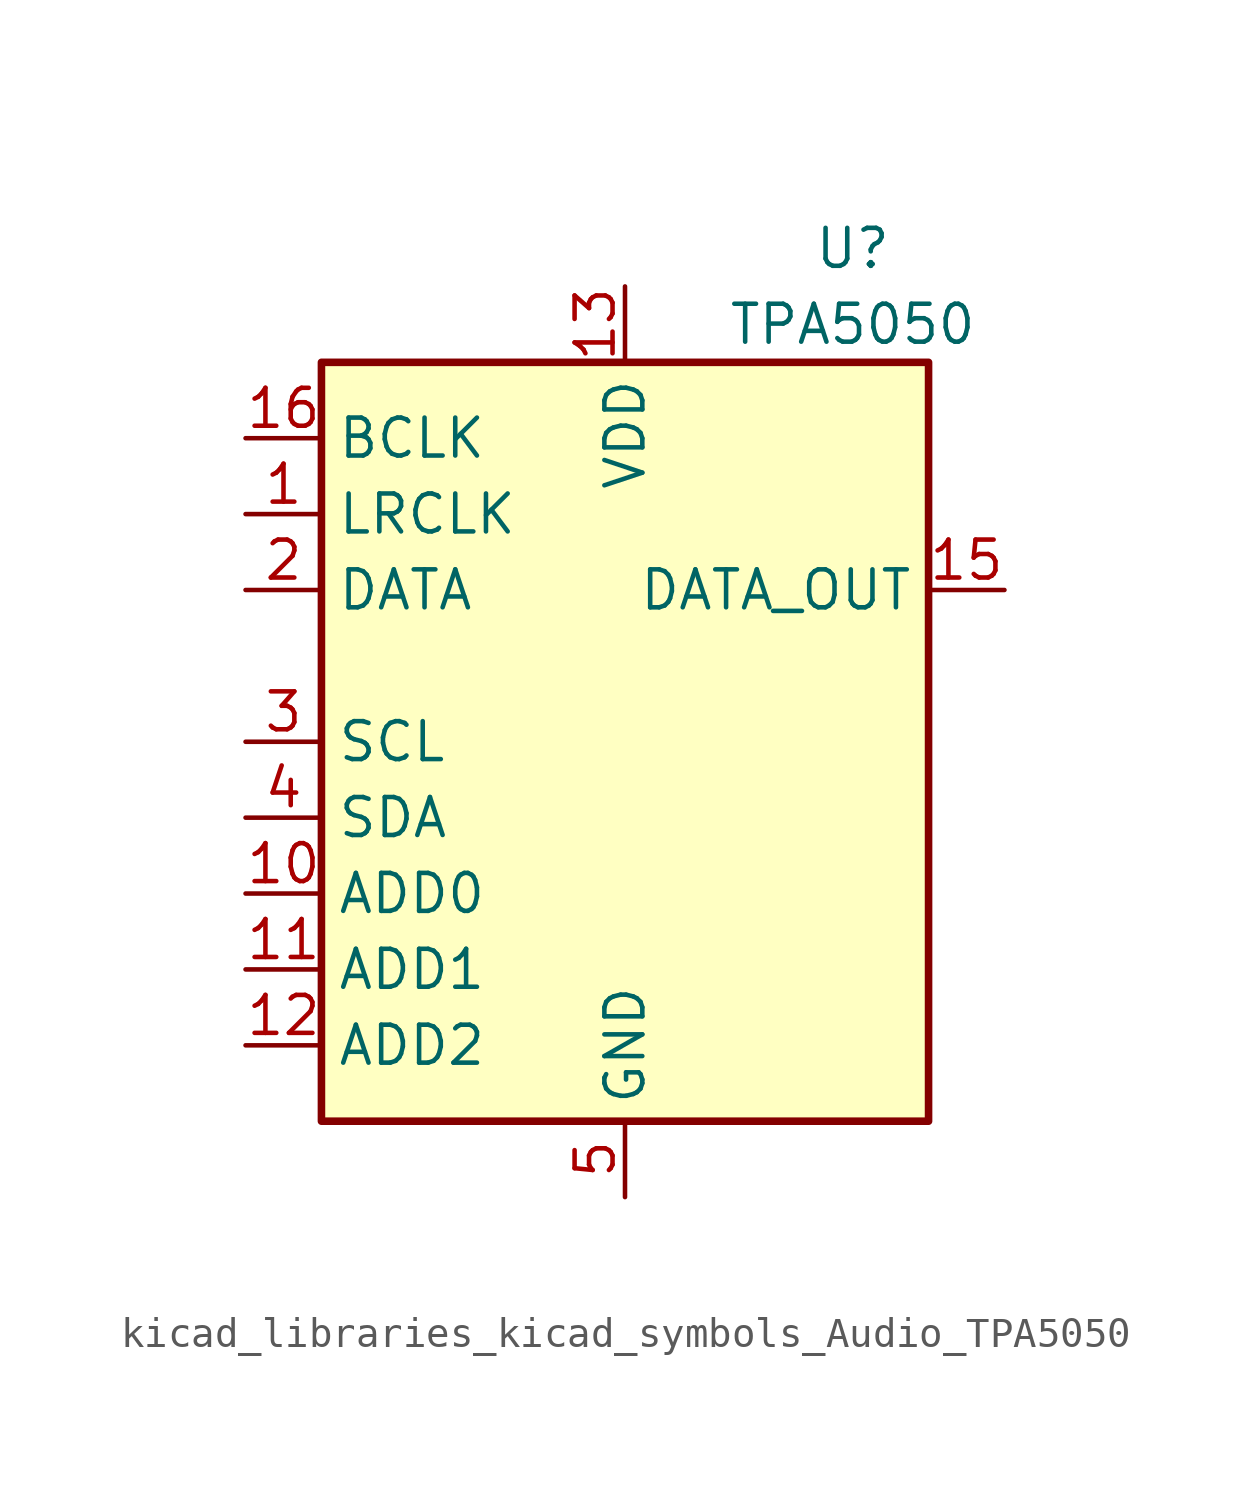
<source format=kicad_sym>
(kicad_symbol_lib
  (version 20220914)
  (generator kicad_symbol_editor)
  (symbol "kicad_libraries_kicad_symbols_Audio_TPA5050"
    (property "Reference" "U"
      (at 7.62 16.51 0)
      (effects (font (size 1.27 1.27))))
    (property "Value" "TPA5050"
      (at 7.62 13.97 0)
      (effects (font (size 1.27 1.27))))
    (symbol "kicad_libraries_kicad_symbols_Audio_TPA5050_0_1"
      (rectangle (start -10.16 12.7) (end 10.16 -12.7) (stroke (width 0.254) (type default)) (fill (type background))))
    (symbol "kicad_libraries_kicad_symbols_Audio_TPA5050_1_1"
      (pin input line (at -12.7 7.62 0) (length 2.54) (name "LRCLK" (effects (font (size 1.27 1.27)))) (number "1" (effects (font (size 1.27 1.27)))))
      (pin input line (at -12.7 -5.08 0) (length 2.54) (name "ADD0" (effects (font (size 1.27 1.27)))) (number "10" (effects (font (size 1.27 1.27)))))
      (pin input line (at -12.7 -7.62 0) (length 2.54) (name "ADD1" (effects (font (size 1.27 1.27)))) (number "11" (effects (font (size 1.27 1.27)))))
      (pin input line (at -12.7 -10.16 0) (length 2.54) (name "ADD2" (effects (font (size 1.27 1.27)))) (number "12" (effects (font (size 1.27 1.27)))))
      (pin power_in line (at 0 15.24 270) (length 2.54) (name "VDD" (effects (font (size 1.27 1.27)))) (number "13" (effects (font (size 1.27 1.27)))))
      (pin passive line (at 0 -15.24 90) (length 2.54) hide (name "GND" (effects (font (size 1.27 1.27)))) (number "14" (effects (font (size 1.27 1.27)))))
      (pin output line (at 12.7 5.08 180) (length 2.54) (name "DATA_OUT" (effects (font (size 1.27 1.27)))) (number "15" (effects (font (size 1.27 1.27)))))
      (pin input line (at -12.7 10.16 0) (length 2.54) (name "BCLK" (effects (font (size 1.27 1.27)))) (number "16" (effects (font (size 1.27 1.27)))))
      (pin passive line (at 0 -15.24 90) (length 2.54) hide (name "GND" (effects (font (size 1.27 1.27)))) (number "17" (effects (font (size 1.27 1.27)))))
      (pin input line (at -12.7 5.08 0) (length 2.54) (name "DATA" (effects (font (size 1.27 1.27)))) (number "2" (effects (font (size 1.27 1.27)))))
      (pin input line (at -12.7 0 0) (length 2.54) (name "SCL" (effects (font (size 1.27 1.27)))) (number "3" (effects (font (size 1.27 1.27)))))
      (pin bidirectional line (at -12.7 -2.54 0) (length 2.54) (name "SDA" (effects (font (size 1.27 1.27)))) (number "4" (effects (font (size 1.27 1.27)))))
      (pin power_in line (at 0 -15.24 90) (length 2.54) (name "GND" (effects (font (size 1.27 1.27)))) (number "5" (effects (font (size 1.27 1.27)))))
      (pin passive line (at 0 -15.24 90) (length 2.54) hide (name "GND" (effects (font (size 1.27 1.27)))) (number "6" (effects (font (size 1.27 1.27)))))
      (pin passive line (at 0 -15.24 90) (length 2.54) hide (name "GND" (effects (font (size 1.27 1.27)))) (number "7" (effects (font (size 1.27 1.27)))))
      (pin passive line (at 0 -15.24 90) (length 2.54) hide (name "GND" (effects (font (size 1.27 1.27)))) (number "8" (effects (font (size 1.27 1.27)))))
      (pin passive line (at 0 -15.24 90) (length 2.54) hide (name "GND" (effects (font (size 1.27 1.27)))) (number "9" (effects (font (size 1.27 1.27))))))))
</source>
